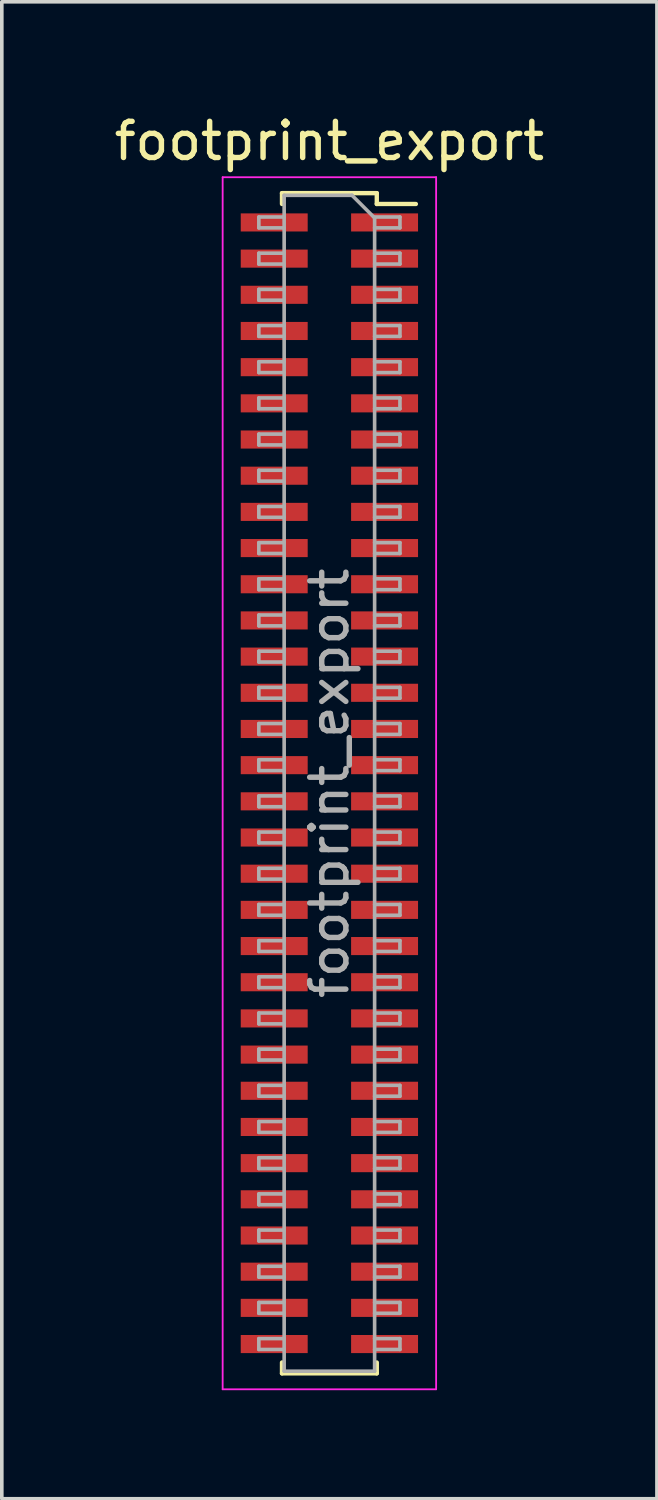
<source format=kicad_pcb>
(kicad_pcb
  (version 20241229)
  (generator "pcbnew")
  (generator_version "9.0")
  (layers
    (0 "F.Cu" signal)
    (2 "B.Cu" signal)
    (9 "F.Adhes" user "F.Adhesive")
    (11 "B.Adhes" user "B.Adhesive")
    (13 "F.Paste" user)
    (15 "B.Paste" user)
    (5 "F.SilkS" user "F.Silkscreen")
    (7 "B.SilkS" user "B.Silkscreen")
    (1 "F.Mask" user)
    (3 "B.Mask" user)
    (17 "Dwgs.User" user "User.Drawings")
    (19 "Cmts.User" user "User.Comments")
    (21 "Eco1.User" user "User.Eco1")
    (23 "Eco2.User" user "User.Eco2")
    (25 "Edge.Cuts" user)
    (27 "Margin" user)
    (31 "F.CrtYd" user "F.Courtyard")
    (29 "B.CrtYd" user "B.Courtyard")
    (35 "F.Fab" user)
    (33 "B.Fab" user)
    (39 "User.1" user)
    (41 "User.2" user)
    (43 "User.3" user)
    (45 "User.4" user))
  (footprint "footprint_export"
    (layer "F.Cu")
    (at 6.054 18.598)
    (property "Reference" "footprint_export" (at 0 -17.75 0) (layer "F.SilkS") (effects (font (size 1 1) (thickness 0.15))))
    (attr smd)
    (fp_line (start -1.31 -16.31) (end -1.31 -16.01) (stroke (width 0.12) (type solid)) (layer "F.SilkS"))
    (fp_line (start -1.31 -16.31) (end 1.31 -16.31) (stroke (width 0.12) (type solid)) (layer "F.SilkS"))
    (fp_line (start -1.31 16.01) (end -1.31 16.31) (stroke (width 0.12) (type solid)) (layer "F.SilkS"))
    (fp_line (start -1.31 16.31) (end 1.31 16.31) (stroke (width 0.12) (type solid)) (layer "F.SilkS"))
    (fp_line (start 1.31 -16.31) (end 1.31 -16.01) (stroke (width 0.12) (type solid)) (layer "F.SilkS"))
    (fp_line (start 1.31 -16.01) (end 2.39 -16.01) (stroke (width 0.12) (type solid)) (layer "F.SilkS"))
    (fp_line (start 1.31 16.01) (end 1.31 16.31) (stroke (width 0.12) (type solid)) (layer "F.SilkS"))
    (fp_line (start -2.95 -16.75) (end 2.95 -16.75) (stroke (width 0.05) (type solid)) (layer "F.CrtYd"))
    (fp_line (start -2.95 16.75) (end -2.95 -16.75) (stroke (width 0.05) (type solid)) (layer "F.CrtYd"))
    (fp_line (start 2.95 -16.75) (end 2.95 16.75) (stroke (width 0.05) (type solid)) (layer "F.CrtYd"))
    (fp_line (start 2.95 16.75) (end -2.95 16.75) (stroke (width 0.05) (type solid)) (layer "F.CrtYd"))
    (fp_line (start -1.95 -15.65) (end -1.25 -15.65) (stroke (width 0.1) (type solid)) (layer "F.Fab"))
    (fp_line (start -1.95 -15.35) (end -1.95 -15.65) (stroke (width 0.1) (type solid)) (layer "F.Fab"))
    (fp_line (start -1.95 -14.65) (end -1.25 -14.65) (stroke (width 0.1) (type solid)) (layer "F.Fab"))
    (fp_line (start -1.95 -14.35) (end -1.95 -14.65) (stroke (width 0.1) (type solid)) (layer "F.Fab"))
    (fp_line (start -1.95 -13.65) (end -1.25 -13.65) (stroke (width 0.1) (type solid)) (layer "F.Fab"))
    (fp_line (start -1.95 -13.35) (end -1.95 -13.65) (stroke (width 0.1) (type solid)) (layer "F.Fab"))
    (fp_line (start -1.95 -12.65) (end -1.25 -12.65) (stroke (width 0.1) (type solid)) (layer "F.Fab"))
    (fp_line (start -1.95 -12.35) (end -1.95 -12.65) (stroke (width 0.1) (type solid)) (layer "F.Fab"))
    (fp_line (start -1.95 -11.65) (end -1.25 -11.65) (stroke (width 0.1) (type solid)) (layer "F.Fab"))
    (fp_line (start -1.95 -11.35) (end -1.95 -11.65) (stroke (width 0.1) (type solid)) (layer "F.Fab"))
    (fp_line (start -1.95 -10.65) (end -1.25 -10.65) (stroke (width 0.1) (type solid)) (layer "F.Fab"))
    (fp_line (start -1.95 -10.35) (end -1.95 -10.65) (stroke (width 0.1) (type solid)) (layer "F.Fab"))
    (fp_line (start -1.95 -9.65) (end -1.25 -9.65) (stroke (width 0.1) (type solid)) (layer "F.Fab"))
    (fp_line (start -1.95 -9.35) (end -1.95 -9.65) (stroke (width 0.1) (type solid)) (layer "F.Fab"))
    (fp_line (start -1.95 -8.65) (end -1.25 -8.65) (stroke (width 0.1) (type solid)) (layer "F.Fab"))
    (fp_line (start -1.95 -8.35) (end -1.95 -8.65) (stroke (width 0.1) (type solid)) (layer "F.Fab"))
    (fp_line (start -1.95 -7.65) (end -1.25 -7.65) (stroke (width 0.1) (type solid)) (layer "F.Fab"))
    (fp_line (start -1.95 -7.35) (end -1.95 -7.65) (stroke (width 0.1) (type solid)) (layer "F.Fab"))
    (fp_line (start -1.95 -6.65) (end -1.25 -6.65) (stroke (width 0.1) (type solid)) (layer "F.Fab"))
    (fp_line (start -1.95 -6.35) (end -1.95 -6.65) (stroke (width 0.1) (type solid)) (layer "F.Fab"))
    (fp_line (start -1.95 -5.65) (end -1.25 -5.65) (stroke (width 0.1) (type solid)) (layer "F.Fab"))
    (fp_line (start -1.95 -5.35) (end -1.95 -5.65) (stroke (width 0.1) (type solid)) (layer "F.Fab"))
    (fp_line (start -1.95 -4.65) (end -1.25 -4.65) (stroke (width 0.1) (type solid)) (layer "F.Fab"))
    (fp_line (start -1.95 -4.35) (end -1.95 -4.65) (stroke (width 0.1) (type solid)) (layer "F.Fab"))
    (fp_line (start -1.95 -3.65) (end -1.25 -3.65) (stroke (width 0.1) (type solid)) (layer "F.Fab"))
    (fp_line (start -1.95 -3.35) (end -1.95 -3.65) (stroke (width 0.1) (type solid)) (layer "F.Fab"))
    (fp_line (start -1.95 -2.65) (end -1.25 -2.65) (stroke (width 0.1) (type solid)) (layer "F.Fab"))
    (fp_line (start -1.95 -2.35) (end -1.95 -2.65) (stroke (width 0.1) (type solid)) (layer "F.Fab"))
    (fp_line (start -1.95 -1.65) (end -1.25 -1.65) (stroke (width 0.1) (type solid)) (layer "F.Fab"))
    (fp_line (start -1.95 -1.35) (end -1.95 -1.65) (stroke (width 0.1) (type solid)) (layer "F.Fab"))
    (fp_line (start -1.95 -0.65) (end -1.25 -0.65) (stroke (width 0.1) (type solid)) (layer "F.Fab"))
    (fp_line (start -1.95 -0.35) (end -1.95 -0.65) (stroke (width 0.1) (type solid)) (layer "F.Fab"))
    (fp_line (start -1.95 0.35) (end -1.25 0.35) (stroke (width 0.1) (type solid)) (layer "F.Fab"))
    (fp_line (start -1.95 0.65) (end -1.95 0.35) (stroke (width 0.1) (type solid)) (layer "F.Fab"))
    (fp_line (start -1.95 1.35) (end -1.25 1.35) (stroke (width 0.1) (type solid)) (layer "F.Fab"))
    (fp_line (start -1.95 1.65) (end -1.95 1.35) (stroke (width 0.1) (type solid)) (layer "F.Fab"))
    (fp_line (start -1.95 2.35) (end -1.25 2.35) (stroke (width 0.1) (type solid)) (layer "F.Fab"))
    (fp_line (start -1.95 2.65) (end -1.95 2.35) (stroke (width 0.1) (type solid)) (layer "F.Fab"))
    (fp_line (start -1.95 3.35) (end -1.25 3.35) (stroke (width 0.1) (type solid)) (layer "F.Fab"))
    (fp_line (start -1.95 3.65) (end -1.95 3.35) (stroke (width 0.1) (type solid)) (layer "F.Fab"))
    (fp_line (start -1.95 4.35) (end -1.25 4.35) (stroke (width 0.1) (type solid)) (layer "F.Fab"))
    (fp_line (start -1.95 4.65) (end -1.95 4.35) (stroke (width 0.1) (type solid)) (layer "F.Fab"))
    (fp_line (start -1.95 5.35) (end -1.25 5.35) (stroke (width 0.1) (type solid)) (layer "F.Fab"))
    (fp_line (start -1.95 5.65) (end -1.95 5.35) (stroke (width 0.1) (type solid)) (layer "F.Fab"))
    (fp_line (start -1.95 6.35) (end -1.25 6.35) (stroke (width 0.1) (type solid)) (layer "F.Fab"))
    (fp_line (start -1.95 6.65) (end -1.95 6.35) (stroke (width 0.1) (type solid)) (layer "F.Fab"))
    (fp_line (start -1.95 7.35) (end -1.25 7.35) (stroke (width 0.1) (type solid)) (layer "F.Fab"))
    (fp_line (start -1.95 7.65) (end -1.95 7.35) (stroke (width 0.1) (type solid)) (layer "F.Fab"))
    (fp_line (start -1.95 8.35) (end -1.25 8.35) (stroke (width 0.1) (type solid)) (layer "F.Fab"))
    (fp_line (start -1.95 8.65) (end -1.95 8.35) (stroke (width 0.1) (type solid)) (layer "F.Fab"))
    (fp_line (start -1.95 9.35) (end -1.25 9.35) (stroke (width 0.1) (type solid)) (layer "F.Fab"))
    (fp_line (start -1.95 9.65) (end -1.95 9.35) (stroke (width 0.1) (type solid)) (layer "F.Fab"))
    (fp_line (start -1.95 10.35) (end -1.25 10.35) (stroke (width 0.1) (type solid)) (layer "F.Fab"))
    (fp_line (start -1.95 10.65) (end -1.95 10.35) (stroke (width 0.1) (type solid)) (layer "F.Fab"))
    (fp_line (start -1.95 11.35) (end -1.25 11.35) (stroke (width 0.1) (type solid)) (layer "F.Fab"))
    (fp_line (start -1.95 11.65) (end -1.95 11.35) (stroke (width 0.1) (type solid)) (layer "F.Fab"))
    (fp_line (start -1.95 12.35) (end -1.25 12.35) (stroke (width 0.1) (type solid)) (layer "F.Fab"))
    (fp_line (start -1.95 12.65) (end -1.95 12.35) (stroke (width 0.1) (type solid)) (layer "F.Fab"))
    (fp_line (start -1.95 13.35) (end -1.25 13.35) (stroke (width 0.1) (type solid)) (layer "F.Fab"))
    (fp_line (start -1.95 13.65) (end -1.95 13.35) (stroke (width 0.1) (type solid)) (layer "F.Fab"))
    (fp_line (start -1.95 14.35) (end -1.25 14.35) (stroke (width 0.1) (type solid)) (layer "F.Fab"))
    (fp_line (start -1.95 14.65) (end -1.95 14.35) (stroke (width 0.1) (type solid)) (layer "F.Fab"))
    (fp_line (start -1.95 15.35) (end -1.25 15.35) (stroke (width 0.1) (type solid)) (layer "F.Fab"))
    (fp_line (start -1.95 15.65) (end -1.95 15.35) (stroke (width 0.1) (type solid)) (layer "F.Fab"))
    (fp_line (start -1.25 -16.25) (end 0.625 -16.25) (stroke (width 0.1) (type solid)) (layer "F.Fab"))
    (fp_line (start -1.25 -15.35) (end -1.95 -15.35) (stroke (width 0.1) (type solid)) (layer "F.Fab"))
    (fp_line (start -1.25 -14.35) (end -1.95 -14.35) (stroke (width 0.1) (type solid)) (layer "F.Fab"))
    (fp_line (start -1.25 -13.35) (end -1.95 -13.35) (stroke (width 0.1) (type solid)) (layer "F.Fab"))
    (fp_line (start -1.25 -12.35) (end -1.95 -12.35) (stroke (width 0.1) (type solid)) (layer "F.Fab"))
    (fp_line (start -1.25 -11.35) (end -1.95 -11.35) (stroke (width 0.1) (type solid)) (layer "F.Fab"))
    (fp_line (start -1.25 -10.35) (end -1.95 -10.35) (stroke (width 0.1) (type solid)) (layer "F.Fab"))
    (fp_line (start -1.25 -9.35) (end -1.95 -9.35) (stroke (width 0.1) (type solid)) (layer "F.Fab"))
    (fp_line (start -1.25 -8.35) (end -1.95 -8.35) (stroke (width 0.1) (type solid)) (layer "F.Fab"))
    (fp_line (start -1.25 -7.35) (end -1.95 -7.35) (stroke (width 0.1) (type solid)) (layer "F.Fab"))
    (fp_line (start -1.25 -6.35) (end -1.95 -6.35) (stroke (width 0.1) (type solid)) (layer "F.Fab"))
    (fp_line (start -1.25 -5.35) (end -1.95 -5.35) (stroke (width 0.1) (type solid)) (layer "F.Fab"))
    (fp_line (start -1.25 -4.35) (end -1.95 -4.35) (stroke (width 0.1) (type solid)) (layer "F.Fab"))
    (fp_line (start -1.25 -3.35) (end -1.95 -3.35) (stroke (width 0.1) (type solid)) (layer "F.Fab"))
    (fp_line (start -1.25 -2.35) (end -1.95 -2.35) (stroke (width 0.1) (type solid)) (layer "F.Fab"))
    (fp_line (start -1.25 -1.35) (end -1.95 -1.35) (stroke (width 0.1) (type solid)) (layer "F.Fab"))
    (fp_line (start -1.25 -0.35) (end -1.95 -0.35) (stroke (width 0.1) (type solid)) (layer "F.Fab"))
    (fp_line (start -1.25 0.65) (end -1.95 0.65) (stroke (width 0.1) (type solid)) (layer "F.Fab"))
    (fp_line (start -1.25 1.65) (end -1.95 1.65) (stroke (width 0.1) (type solid)) (layer "F.Fab"))
    (fp_line (start -1.25 2.65) (end -1.95 2.65) (stroke (width 0.1) (type solid)) (layer "F.Fab"))
    (fp_line (start -1.25 3.65) (end -1.95 3.65) (stroke (width 0.1) (type solid)) (layer "F.Fab"))
    (fp_line (start -1.25 4.65) (end -1.95 4.65) (stroke (width 0.1) (type solid)) (layer "F.Fab"))
    (fp_line (start -1.25 5.65) (end -1.95 5.65) (stroke (width 0.1) (type solid)) (layer "F.Fab"))
    (fp_line (start -1.25 6.65) (end -1.95 6.65) (stroke (width 0.1) (type solid)) (layer "F.Fab"))
    (fp_line (start -1.25 7.65) (end -1.95 7.65) (stroke (width 0.1) (type solid)) (layer "F.Fab"))
    (fp_line (start -1.25 8.65) (end -1.95 8.65) (stroke (width 0.1) (type solid)) (layer "F.Fab"))
    (fp_line (start -1.25 9.65) (end -1.95 9.65) (stroke (width 0.1) (type solid)) (layer "F.Fab"))
    (fp_line (start -1.25 10.65) (end -1.95 10.65) (stroke (width 0.1) (type solid)) (layer "F.Fab"))
    (fp_line (start -1.25 11.65) (end -1.95 11.65) (stroke (width 0.1) (type solid)) (layer "F.Fab"))
    (fp_line (start -1.25 12.65) (end -1.95 12.65) (stroke (width 0.1) (type solid)) (layer "F.Fab"))
    (fp_line (start -1.25 13.65) (end -1.95 13.65) (stroke (width 0.1) (type solid)) (layer "F.Fab"))
    (fp_line (start -1.25 14.65) (end -1.95 14.65) (stroke (width 0.1) (type solid)) (layer "F.Fab"))
    (fp_line (start -1.25 15.65) (end -1.95 15.65) (stroke (width 0.1) (type solid)) (layer "F.Fab"))
    (fp_line (start -1.25 16.25) (end -1.25 -16.25) (stroke (width 0.1) (type solid)) (layer "F.Fab"))
    (fp_line (start 0.625 -16.25) (end 1.25 -15.625) (stroke (width 0.1) (type solid)) (layer "F.Fab"))
    (fp_line (start 1.25 -15.65) (end 1.95 -15.65) (stroke (width 0.1) (type solid)) (layer "F.Fab"))
    (fp_line (start 1.25 -15.625) (end 1.25 16.25) (stroke (width 0.1) (type solid)) (layer "F.Fab"))
    (fp_line (start 1.25 -14.65) (end 1.95 -14.65) (stroke (width 0.1) (type solid)) (layer "F.Fab"))
    (fp_line (start 1.25 -13.65) (end 1.95 -13.65) (stroke (width 0.1) (type solid)) (layer "F.Fab"))
    (fp_line (start 1.25 -12.65) (end 1.95 -12.65) (stroke (width 0.1) (type solid)) (layer "F.Fab"))
    (fp_line (start 1.25 -11.65) (end 1.95 -11.65) (stroke (width 0.1) (type solid)) (layer "F.Fab"))
    (fp_line (start 1.25 -10.65) (end 1.95 -10.65) (stroke (width 0.1) (type solid)) (layer "F.Fab"))
    (fp_line (start 1.25 -9.65) (end 1.95 -9.65) (stroke (width 0.1) (type solid)) (layer "F.Fab"))
    (fp_line (start 1.25 -8.65) (end 1.95 -8.65) (stroke (width 0.1) (type solid)) (layer "F.Fab"))
    (fp_line (start 1.25 -7.65) (end 1.95 -7.65) (stroke (width 0.1) (type solid)) (layer "F.Fab"))
    (fp_line (start 1.25 -6.65) (end 1.95 -6.65) (stroke (width 0.1) (type solid)) (layer "F.Fab"))
    (fp_line (start 1.25 -5.65) (end 1.95 -5.65) (stroke (width 0.1) (type solid)) (layer "F.Fab"))
    (fp_line (start 1.25 -4.65) (end 1.95 -4.65) (stroke (width 0.1) (type solid)) (layer "F.Fab"))
    (fp_line (start 1.25 -3.65) (end 1.95 -3.65) (stroke (width 0.1) (type solid)) (layer "F.Fab"))
    (fp_line (start 1.25 -2.65) (end 1.95 -2.65) (stroke (width 0.1) (type solid)) (layer "F.Fab"))
    (fp_line (start 1.25 -1.65) (end 1.95 -1.65) (stroke (width 0.1) (type solid)) (layer "F.Fab"))
    (fp_line (start 1.25 -0.65) (end 1.95 -0.65) (stroke (width 0.1) (type solid)) (layer "F.Fab"))
    (fp_line (start 1.25 0.35) (end 1.95 0.35) (stroke (width 0.1) (type solid)) (layer "F.Fab"))
    (fp_line (start 1.25 1.35) (end 1.95 1.35) (stroke (width 0.1) (type solid)) (layer "F.Fab"))
    (fp_line (start 1.25 2.35) (end 1.95 2.35) (stroke (width 0.1) (type solid)) (layer "F.Fab"))
    (fp_line (start 1.25 3.35) (end 1.95 3.35) (stroke (width 0.1) (type solid)) (layer "F.Fab"))
    (fp_line (start 1.25 4.35) (end 1.95 4.35) (stroke (width 0.1) (type solid)) (layer "F.Fab"))
    (fp_line (start 1.25 5.35) (end 1.95 5.35) (stroke (width 0.1) (type solid)) (layer "F.Fab"))
    (fp_line (start 1.25 6.35) (end 1.95 6.35) (stroke (width 0.1) (type solid)) (layer "F.Fab"))
    (fp_line (start 1.25 7.35) (end 1.95 7.35) (stroke (width 0.1) (type solid)) (layer "F.Fab"))
    (fp_line (start 1.25 8.35) (end 1.95 8.35) (stroke (width 0.1) (type solid)) (layer "F.Fab"))
    (fp_line (start 1.25 9.35) (end 1.95 9.35) (stroke (width 0.1) (type solid)) (layer "F.Fab"))
    (fp_line (start 1.25 10.35) (end 1.95 10.35) (stroke (width 0.1) (type solid)) (layer "F.Fab"))
    (fp_line (start 1.25 11.35) (end 1.95 11.35) (stroke (width 0.1) (type solid)) (layer "F.Fab"))
    (fp_line (start 1.25 12.35) (end 1.95 12.35) (stroke (width 0.1) (type solid)) (layer "F.Fab"))
    (fp_line (start 1.25 13.35) (end 1.95 13.35) (stroke (width 0.1) (type solid)) (layer "F.Fab"))
    (fp_line (start 1.25 14.35) (end 1.95 14.35) (stroke (width 0.1) (type solid)) (layer "F.Fab"))
    (fp_line (start 1.25 15.35) (end 1.95 15.35) (stroke (width 0.1) (type solid)) (layer "F.Fab"))
    (fp_line (start 1.25 16.25) (end -1.25 16.25) (stroke (width 0.1) (type solid)) (layer "F.Fab"))
    (fp_line (start 1.95 -15.65) (end 1.95 -15.35) (stroke (width 0.1) (type solid)) (layer "F.Fab"))
    (fp_line (start 1.95 -15.35) (end 1.25 -15.35) (stroke (width 0.1) (type solid)) (layer "F.Fab"))
    (fp_line (start 1.95 -14.65) (end 1.95 -14.35) (stroke (width 0.1) (type solid)) (layer "F.Fab"))
    (fp_line (start 1.95 -14.35) (end 1.25 -14.35) (stroke (width 0.1) (type solid)) (layer "F.Fab"))
    (fp_line (start 1.95 -13.65) (end 1.95 -13.35) (stroke (width 0.1) (type solid)) (layer "F.Fab"))
    (fp_line (start 1.95 -13.35) (end 1.25 -13.35) (stroke (width 0.1) (type solid)) (layer "F.Fab"))
    (fp_line (start 1.95 -12.65) (end 1.95 -12.35) (stroke (width 0.1) (type solid)) (layer "F.Fab"))
    (fp_line (start 1.95 -12.35) (end 1.25 -12.35) (stroke (width 0.1) (type solid)) (layer "F.Fab"))
    (fp_line (start 1.95 -11.65) (end 1.95 -11.35) (stroke (width 0.1) (type solid)) (layer "F.Fab"))
    (fp_line (start 1.95 -11.35) (end 1.25 -11.35) (stroke (width 0.1) (type solid)) (layer "F.Fab"))
    (fp_line (start 1.95 -10.65) (end 1.95 -10.35) (stroke (width 0.1) (type solid)) (layer "F.Fab"))
    (fp_line (start 1.95 -10.35) (end 1.25 -10.35) (stroke (width 0.1) (type solid)) (layer "F.Fab"))
    (fp_line (start 1.95 -9.65) (end 1.95 -9.35) (stroke (width 0.1) (type solid)) (layer "F.Fab"))
    (fp_line (start 1.95 -9.35) (end 1.25 -9.35) (stroke (width 0.1) (type solid)) (layer "F.Fab"))
    (fp_line (start 1.95 -8.65) (end 1.95 -8.35) (stroke (width 0.1) (type solid)) (layer "F.Fab"))
    (fp_line (start 1.95 -8.35) (end 1.25 -8.35) (stroke (width 0.1) (type solid)) (layer "F.Fab"))
    (fp_line (start 1.95 -7.65) (end 1.95 -7.35) (stroke (width 0.1) (type solid)) (layer "F.Fab"))
    (fp_line (start 1.95 -7.35) (end 1.25 -7.35) (stroke (width 0.1) (type solid)) (layer "F.Fab"))
    (fp_line (start 1.95 -6.65) (end 1.95 -6.35) (stroke (width 0.1) (type solid)) (layer "F.Fab"))
    (fp_line (start 1.95 -6.35) (end 1.25 -6.35) (stroke (width 0.1) (type solid)) (layer "F.Fab"))
    (fp_line (start 1.95 -5.65) (end 1.95 -5.35) (stroke (width 0.1) (type solid)) (layer "F.Fab"))
    (fp_line (start 1.95 -5.35) (end 1.25 -5.35) (stroke (width 0.1) (type solid)) (layer "F.Fab"))
    (fp_line (start 1.95 -4.65) (end 1.95 -4.35) (stroke (width 0.1) (type solid)) (layer "F.Fab"))
    (fp_line (start 1.95 -4.35) (end 1.25 -4.35) (stroke (width 0.1) (type solid)) (layer "F.Fab"))
    (fp_line (start 1.95 -3.65) (end 1.95 -3.35) (stroke (width 0.1) (type solid)) (layer "F.Fab"))
    (fp_line (start 1.95 -3.35) (end 1.25 -3.35) (stroke (width 0.1) (type solid)) (layer "F.Fab"))
    (fp_line (start 1.95 -2.65) (end 1.95 -2.35) (stroke (width 0.1) (type solid)) (layer "F.Fab"))
    (fp_line (start 1.95 -2.35) (end 1.25 -2.35) (stroke (width 0.1) (type solid)) (layer "F.Fab"))
    (fp_line (start 1.95 -1.65) (end 1.95 -1.35) (stroke (width 0.1) (type solid)) (layer "F.Fab"))
    (fp_line (start 1.95 -1.35) (end 1.25 -1.35) (stroke (width 0.1) (type solid)) (layer "F.Fab"))
    (fp_line (start 1.95 -0.65) (end 1.95 -0.35) (stroke (width 0.1) (type solid)) (layer "F.Fab"))
    (fp_line (start 1.95 -0.35) (end 1.25 -0.35) (stroke (width 0.1) (type solid)) (layer "F.Fab"))
    (fp_line (start 1.95 0.35) (end 1.95 0.65) (stroke (width 0.1) (type solid)) (layer "F.Fab"))
    (fp_line (start 1.95 0.65) (end 1.25 0.65) (stroke (width 0.1) (type solid)) (layer "F.Fab"))
    (fp_line (start 1.95 1.35) (end 1.95 1.65) (stroke (width 0.1) (type solid)) (layer "F.Fab"))
    (fp_line (start 1.95 1.65) (end 1.25 1.65) (stroke (width 0.1) (type solid)) (layer "F.Fab"))
    (fp_line (start 1.95 2.35) (end 1.95 2.65) (stroke (width 0.1) (type solid)) (layer "F.Fab"))
    (fp_line (start 1.95 2.65) (end 1.25 2.65) (stroke (width 0.1) (type solid)) (layer "F.Fab"))
    (fp_line (start 1.95 3.35) (end 1.95 3.65) (stroke (width 0.1) (type solid)) (layer "F.Fab"))
    (fp_line (start 1.95 3.65) (end 1.25 3.65) (stroke (width 0.1) (type solid)) (layer "F.Fab"))
    (fp_line (start 1.95 4.35) (end 1.95 4.65) (stroke (width 0.1) (type solid)) (layer "F.Fab"))
    (fp_line (start 1.95 4.65) (end 1.25 4.65) (stroke (width 0.1) (type solid)) (layer "F.Fab"))
    (fp_line (start 1.95 5.35) (end 1.95 5.65) (stroke (width 0.1) (type solid)) (layer "F.Fab"))
    (fp_line (start 1.95 5.65) (end 1.25 5.65) (stroke (width 0.1) (type solid)) (layer "F.Fab"))
    (fp_line (start 1.95 6.35) (end 1.95 6.65) (stroke (width 0.1) (type solid)) (layer "F.Fab"))
    (fp_line (start 1.95 6.65) (end 1.25 6.65) (stroke (width 0.1) (type solid)) (layer "F.Fab"))
    (fp_line (start 1.95 7.35) (end 1.95 7.65) (stroke (width 0.1) (type solid)) (layer "F.Fab"))
    (fp_line (start 1.95 7.65) (end 1.25 7.65) (stroke (width 0.1) (type solid)) (layer "F.Fab"))
    (fp_line (start 1.95 8.35) (end 1.95 8.65) (stroke (width 0.1) (type solid)) (layer "F.Fab"))
    (fp_line (start 1.95 8.65) (end 1.25 8.65) (stroke (width 0.1) (type solid)) (layer "F.Fab"))
    (fp_line (start 1.95 9.35) (end 1.95 9.65) (stroke (width 0.1) (type solid)) (layer "F.Fab"))
    (fp_line (start 1.95 9.65) (end 1.25 9.65) (stroke (width 0.1) (type solid)) (layer "F.Fab"))
    (fp_line (start 1.95 10.35) (end 1.95 10.65) (stroke (width 0.1) (type solid)) (layer "F.Fab"))
    (fp_line (start 1.95 10.65) (end 1.25 10.65) (stroke (width 0.1) (type solid)) (layer "F.Fab"))
    (fp_line (start 1.95 11.35) (end 1.95 11.65) (stroke (width 0.1) (type solid)) (layer "F.Fab"))
    (fp_line (start 1.95 11.65) (end 1.25 11.65) (stroke (width 0.1) (type solid)) (layer "F.Fab"))
    (fp_line (start 1.95 12.35) (end 1.95 12.65) (stroke (width 0.1) (type solid)) (layer "F.Fab"))
    (fp_line (start 1.95 12.65) (end 1.25 12.65) (stroke (width 0.1) (type solid)) (layer "F.Fab"))
    (fp_line (start 1.95 13.35) (end 1.95 13.65) (stroke (width 0.1) (type solid)) (layer "F.Fab"))
    (fp_line (start 1.95 13.65) (end 1.25 13.65) (stroke (width 0.1) (type solid)) (layer "F.Fab"))
    (fp_line (start 1.95 14.35) (end 1.95 14.65) (stroke (width 0.1) (type solid)) (layer "F.Fab"))
    (fp_line (start 1.95 14.65) (end 1.25 14.65) (stroke (width 0.1) (type solid)) (layer "F.Fab"))
    (fp_line (start 1.95 15.35) (end 1.95 15.65) (stroke (width 0.1) (type solid)) (layer "F.Fab"))
    (fp_line (start 1.95 15.65) (end 1.25 15.65) (stroke (width 0.1) (type solid)) (layer "F.Fab"))
    (fp_text user "${REFERENCE}" (at 0 0 90) (layer "F.Fab") (effects (font (size 1 1) (thickness 0.15))))
    (pad "1" smd rect (at 1.525 -15.5) (size 1.85 0.5) (layers "F.Cu" "F.Mask" "F.Paste"))
    (pad "2" smd rect (at -1.525 -15.5) (size 1.85 0.5) (layers "F.Cu" "F.Mask" "F.Paste"))
    (pad "3" smd rect (at 1.525 -14.5) (size 1.85 0.5) (layers "F.Cu" "F.Mask" "F.Paste"))
    (pad "4" smd rect (at -1.525 -14.5) (size 1.85 0.5) (layers "F.Cu" "F.Mask" "F.Paste"))
    (pad "5" smd rect (at 1.525 -13.5) (size 1.85 0.5) (layers "F.Cu" "F.Mask" "F.Paste"))
    (pad "6" smd rect (at -1.525 -13.5) (size 1.85 0.5) (layers "F.Cu" "F.Mask" "F.Paste"))
    (pad "7" smd rect (at 1.525 -12.5) (size 1.85 0.5) (layers "F.Cu" "F.Mask" "F.Paste"))
    (pad "8" smd rect (at -1.525 -12.5) (size 1.85 0.5) (layers "F.Cu" "F.Mask" "F.Paste"))
    (pad "9" smd rect (at 1.525 -11.5) (size 1.85 0.5) (layers "F.Cu" "F.Mask" "F.Paste"))
    (pad "10" smd rect (at -1.525 -11.5) (size 1.85 0.5) (layers "F.Cu" "F.Mask" "F.Paste"))
    (pad "11" smd rect (at 1.525 -10.5) (size 1.85 0.5) (layers "F.Cu" "F.Mask" "F.Paste"))
    (pad "12" smd rect (at -1.525 -10.5) (size 1.85 0.5) (layers "F.Cu" "F.Mask" "F.Paste"))
    (pad "13" smd rect (at 1.525 -9.5) (size 1.85 0.5) (layers "F.Cu" "F.Mask" "F.Paste"))
    (pad "14" smd rect (at -1.525 -9.5) (size 1.85 0.5) (layers "F.Cu" "F.Mask" "F.Paste"))
    (pad "15" smd rect (at 1.525 -8.5) (size 1.85 0.5) (layers "F.Cu" "F.Mask" "F.Paste"))
    (pad "16" smd rect (at -1.525 -8.5) (size 1.85 0.5) (layers "F.Cu" "F.Mask" "F.Paste"))
    (pad "17" smd rect (at 1.525 -7.5) (size 1.85 0.5) (layers "F.Cu" "F.Mask" "F.Paste"))
    (pad "18" smd rect (at -1.525 -7.5) (size 1.85 0.5) (layers "F.Cu" "F.Mask" "F.Paste"))
    (pad "19" smd rect (at 1.525 -6.5) (size 1.85 0.5) (layers "F.Cu" "F.Mask" "F.Paste"))
    (pad "20" smd rect (at -1.525 -6.5) (size 1.85 0.5) (layers "F.Cu" "F.Mask" "F.Paste"))
    (pad "21" smd rect (at 1.525 -5.5) (size 1.85 0.5) (layers "F.Cu" "F.Mask" "F.Paste"))
    (pad "22" smd rect (at -1.525 -5.5) (size 1.85 0.5) (layers "F.Cu" "F.Mask" "F.Paste"))
    (pad "23" smd rect (at 1.525 -4.5) (size 1.85 0.5) (layers "F.Cu" "F.Mask" "F.Paste"))
    (pad "24" smd rect (at -1.525 -4.5) (size 1.85 0.5) (layers "F.Cu" "F.Mask" "F.Paste"))
    (pad "25" smd rect (at 1.525 -3.5) (size 1.85 0.5) (layers "F.Cu" "F.Mask" "F.Paste"))
    (pad "26" smd rect (at -1.525 -3.5) (size 1.85 0.5) (layers "F.Cu" "F.Mask" "F.Paste"))
    (pad "27" smd rect (at 1.525 -2.5) (size 1.85 0.5) (layers "F.Cu" "F.Mask" "F.Paste"))
    (pad "28" smd rect (at -1.525 -2.5) (size 1.85 0.5) (layers "F.Cu" "F.Mask" "F.Paste"))
    (pad "29" smd rect (at 1.525 -1.5) (size 1.85 0.5) (layers "F.Cu" "F.Mask" "F.Paste"))
    (pad "30" smd rect (at -1.525 -1.5) (size 1.85 0.5) (layers "F.Cu" "F.Mask" "F.Paste"))
    (pad "31" smd rect (at 1.525 -0.5) (size 1.85 0.5) (layers "F.Cu" "F.Mask" "F.Paste"))
    (pad "32" smd rect (at -1.525 -0.5) (size 1.85 0.5) (layers "F.Cu" "F.Mask" "F.Paste"))
    (pad "33" smd rect (at 1.525 0.5) (size 1.85 0.5) (layers "F.Cu" "F.Mask" "F.Paste"))
    (pad "34" smd rect (at -1.525 0.5) (size 1.85 0.5) (layers "F.Cu" "F.Mask" "F.Paste"))
    (pad "35" smd rect (at 1.525 1.5) (size 1.85 0.5) (layers "F.Cu" "F.Mask" "F.Paste"))
    (pad "36" smd rect (at -1.525 1.5) (size 1.85 0.5) (layers "F.Cu" "F.Mask" "F.Paste"))
    (pad "37" smd rect (at 1.525 2.5) (size 1.85 0.5) (layers "F.Cu" "F.Mask" "F.Paste"))
    (pad "38" smd rect (at -1.525 2.5) (size 1.85 0.5) (layers "F.Cu" "F.Mask" "F.Paste"))
    (pad "39" smd rect (at 1.525 3.5) (size 1.85 0.5) (layers "F.Cu" "F.Mask" "F.Paste"))
    (pad "40" smd rect (at -1.525 3.5) (size 1.85 0.5) (layers "F.Cu" "F.Mask" "F.Paste"))
    (pad "41" smd rect (at 1.525 4.5) (size 1.85 0.5) (layers "F.Cu" "F.Mask" "F.Paste"))
    (pad "42" smd rect (at -1.525 4.5) (size 1.85 0.5) (layers "F.Cu" "F.Mask" "F.Paste"))
    (pad "43" smd rect (at 1.525 5.5) (size 1.85 0.5) (layers "F.Cu" "F.Mask" "F.Paste"))
    (pad "44" smd rect (at -1.525 5.5) (size 1.85 0.5) (layers "F.Cu" "F.Mask" "F.Paste"))
    (pad "45" smd rect (at 1.525 6.5) (size 1.85 0.5) (layers "F.Cu" "F.Mask" "F.Paste"))
    (pad "46" smd rect (at -1.525 6.5) (size 1.85 0.5) (layers "F.Cu" "F.Mask" "F.Paste"))
    (pad "47" smd rect (at 1.525 7.5) (size 1.85 0.5) (layers "F.Cu" "F.Mask" "F.Paste"))
    (pad "48" smd rect (at -1.525 7.5) (size 1.85 0.5) (layers "F.Cu" "F.Mask" "F.Paste"))
    (pad "49" smd rect (at 1.525 8.5) (size 1.85 0.5) (layers "F.Cu" "F.Mask" "F.Paste"))
    (pad "50" smd rect (at -1.525 8.5) (size 1.85 0.5) (layers "F.Cu" "F.Mask" "F.Paste"))
    (pad "51" smd rect (at 1.525 9.5) (size 1.85 0.5) (layers "F.Cu" "F.Mask" "F.Paste"))
    (pad "52" smd rect (at -1.525 9.5) (size 1.85 0.5) (layers "F.Cu" "F.Mask" "F.Paste"))
    (pad "53" smd rect (at 1.525 10.5) (size 1.85 0.5) (layers "F.Cu" "F.Mask" "F.Paste"))
    (pad "54" smd rect (at -1.525 10.5) (size 1.85 0.5) (layers "F.Cu" "F.Mask" "F.Paste"))
    (pad "55" smd rect (at 1.525 11.5) (size 1.85 0.5) (layers "F.Cu" "F.Mask" "F.Paste"))
    (pad "56" smd rect (at -1.525 11.5) (size 1.85 0.5) (layers "F.Cu" "F.Mask" "F.Paste"))
    (pad "57" smd rect (at 1.525 12.5) (size 1.85 0.5) (layers "F.Cu" "F.Mask" "F.Paste"))
    (pad "58" smd rect (at -1.525 12.5) (size 1.85 0.5) (layers "F.Cu" "F.Mask" "F.Paste"))
    (pad "59" smd rect (at 1.525 13.5) (size 1.85 0.5) (layers "F.Cu" "F.Mask" "F.Paste"))
    (pad "60" smd rect (at -1.525 13.5) (size 1.85 0.5) (layers "F.Cu" "F.Mask" "F.Paste"))
    (pad "61" smd rect (at 1.525 14.5) (size 1.85 0.5) (layers "F.Cu" "F.Mask" "F.Paste"))
    (pad "62" smd rect (at -1.525 14.5) (size 1.85 0.5) (layers "F.Cu" "F.Mask" "F.Paste"))
    (pad "63" smd rect (at 1.525 15.5) (size 1.85 0.5) (layers "F.Cu" "F.Mask" "F.Paste"))
    (pad "64" smd rect (at -1.525 15.5) (size 1.85 0.5) (layers "F.Cu" "F.Mask" "F.Paste")))
  (gr_rect
    (start -3 -3)
    (end 15.107 38.373)
    (stroke (width 0.1) (type default))
    (fill no)
    (layer "Edge.Cuts")))
</source>
